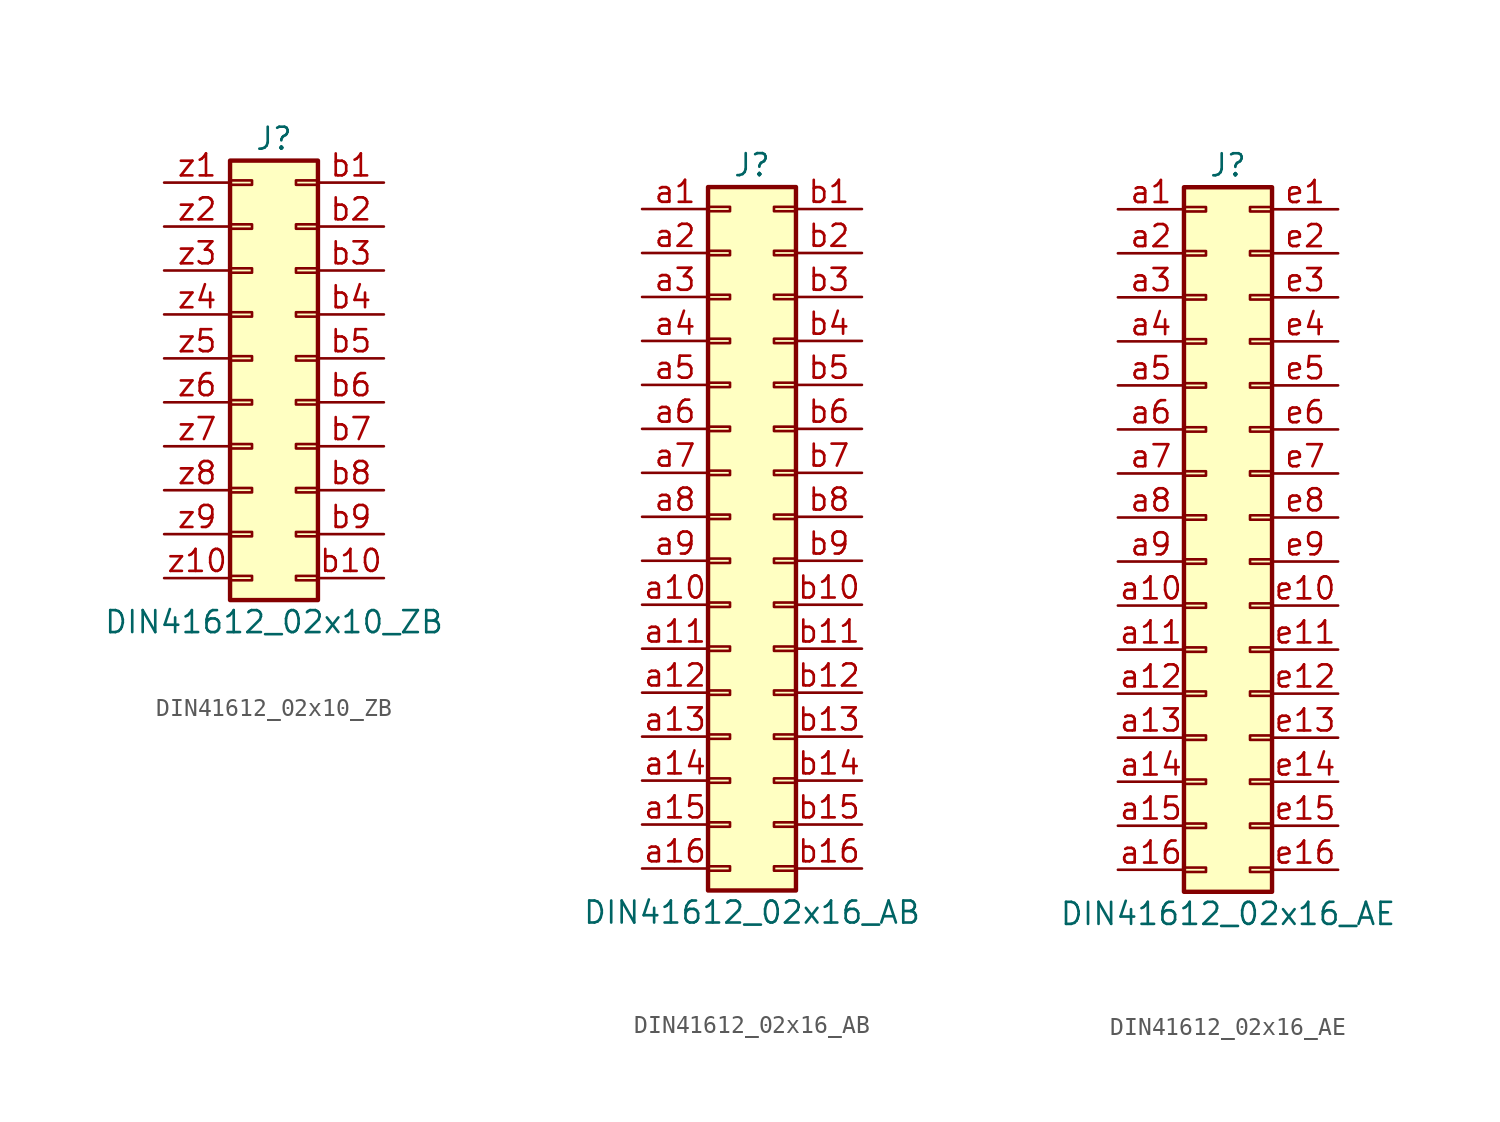
<source format=kicad_sym>
(kicad_symbol_lib
  (version 20220914)
  (generator kicad_symbol_editor)
  (symbol "DIN41612_02x10_ZB"
    (pin_names
      (offset 1.016) hide)
    (property "Reference" "J"
      (at 1.27 12.7 0)
      (effects (font (size 1.27 1.27))))
    (property "Value" "DIN41612_02x10_ZB"
      (at 1.27 -15.24 0)
      (effects (font (size 1.27 1.27))))
    (symbol "DIN41612_02x10_ZB_1_1"
      (rectangle (start -1.27 -12.573) (end 0 -12.827) (stroke (width 0.152) (type default)) (fill (type none)))
      (rectangle (start -1.27 -10.033) (end 0 -10.287) (stroke (width 0.152) (type default)) (fill (type none)))
      (rectangle (start -1.27 -7.493) (end 0 -7.747) (stroke (width 0.152) (type default)) (fill (type none)))
      (rectangle (start -1.27 -4.953) (end 0 -5.207) (stroke (width 0.152) (type default)) (fill (type none)))
      (rectangle (start -1.27 -2.413) (end 0 -2.667) (stroke (width 0.152) (type default)) (fill (type none)))
      (rectangle (start -1.27 0.127) (end 0 -0.127) (stroke (width 0.152) (type default)) (fill (type none)))
      (rectangle (start -1.27 2.667) (end 0 2.413) (stroke (width 0.152) (type default)) (fill (type none)))
      (rectangle (start -1.27 5.207) (end 0 4.953) (stroke (width 0.152) (type default)) (fill (type none)))
      (rectangle (start -1.27 7.747) (end 0 7.493) (stroke (width 0.152) (type default)) (fill (type none)))
      (rectangle (start -1.27 10.287) (end 0 10.033) (stroke (width 0.152) (type default)) (fill (type none)))
      (rectangle (start -1.27 11.43) (end 3.81 -13.97) (stroke (width 0.254) (type default)) (fill (type background)))
      (rectangle (start 3.81 -12.573) (end 2.54 -12.827) (stroke (width 0.152) (type default)) (fill (type none)))
      (rectangle (start 3.81 -10.033) (end 2.54 -10.287) (stroke (width 0.152) (type default)) (fill (type none)))
      (rectangle (start 3.81 -7.493) (end 2.54 -7.747) (stroke (width 0.152) (type default)) (fill (type none)))
      (rectangle (start 3.81 -4.953) (end 2.54 -5.207) (stroke (width 0.152) (type default)) (fill (type none)))
      (rectangle (start 3.81 -2.413) (end 2.54 -2.667) (stroke (width 0.152) (type default)) (fill (type none)))
      (rectangle (start 3.81 0.127) (end 2.54 -0.127) (stroke (width 0.152) (type default)) (fill (type none)))
      (rectangle (start 3.81 2.667) (end 2.54 2.413) (stroke (width 0.152) (type default)) (fill (type none)))
      (rectangle (start 3.81 5.207) (end 2.54 4.953) (stroke (width 0.152) (type default)) (fill (type none)))
      (rectangle (start 3.81 7.747) (end 2.54 7.493) (stroke (width 0.152) (type default)) (fill (type none)))
      (rectangle (start 3.81 10.287) (end 2.54 10.033) (stroke (width 0.152) (type default)) (fill (type none)))
      (pin passive line (at 7.62 10.16 180) (length 3.81) (name "Pin_b1" (effects (font (size 1.27 1.27)))) (number "b1" (effects (font (size 1.27 1.27)))))
      (pin passive line (at 7.62 -12.7 180) (length 3.81) (name "Pin_b10" (effects (font (size 1.27 1.27)))) (number "b10" (effects (font (size 1.27 1.27)))))
      (pin passive line (at 7.62 7.62 180) (length 3.81) (name "Pin_b2" (effects (font (size 1.27 1.27)))) (number "b2" (effects (font (size 1.27 1.27)))))
      (pin passive line (at 7.62 5.08 180) (length 3.81) (name "Pin_b3" (effects (font (size 1.27 1.27)))) (number "b3" (effects (font (size 1.27 1.27)))))
      (pin passive line (at 7.62 2.54 180) (length 3.81) (name "Pin_b4" (effects (font (size 1.27 1.27)))) (number "b4" (effects (font (size 1.27 1.27)))))
      (pin passive line (at 7.62 0 180) (length 3.81) (name "Pin_b5" (effects (font (size 1.27 1.27)))) (number "b5" (effects (font (size 1.27 1.27)))))
      (pin passive line (at 7.62 -2.54 180) (length 3.81) (name "Pin_b6" (effects (font (size 1.27 1.27)))) (number "b6" (effects (font (size 1.27 1.27)))))
      (pin passive line (at 7.62 -5.08 180) (length 3.81) (name "Pin_b7" (effects (font (size 1.27 1.27)))) (number "b7" (effects (font (size 1.27 1.27)))))
      (pin passive line (at 7.62 -7.62 180) (length 3.81) (name "Pin_b8" (effects (font (size 1.27 1.27)))) (number "b8" (effects (font (size 1.27 1.27)))))
      (pin passive line (at 7.62 -10.16 180) (length 3.81) (name "Pin_b9" (effects (font (size 1.27 1.27)))) (number "b9" (effects (font (size 1.27 1.27)))))
      (pin passive line (at -5.08 10.16 0) (length 3.81) (name "Pin_z1" (effects (font (size 1.27 1.27)))) (number "z1" (effects (font (size 1.27 1.27)))))
      (pin passive line (at -5.08 -12.7 0) (length 3.81) (name "Pin_z10" (effects (font (size 1.27 1.27)))) (number "z10" (effects (font (size 1.27 1.27)))))
      (pin passive line (at -5.08 7.62 0) (length 3.81) (name "Pin_z2" (effects (font (size 1.27 1.27)))) (number "z2" (effects (font (size 1.27 1.27)))))
      (pin passive line (at -5.08 5.08 0) (length 3.81) (name "Pin_z3" (effects (font (size 1.27 1.27)))) (number "z3" (effects (font (size 1.27 1.27)))))
      (pin passive line (at -5.08 2.54 0) (length 3.81) (name "Pin_z4" (effects (font (size 1.27 1.27)))) (number "z4" (effects (font (size 1.27 1.27)))))
      (pin passive line (at -5.08 0 0) (length 3.81) (name "Pin_z5" (effects (font (size 1.27 1.27)))) (number "z5" (effects (font (size 1.27 1.27)))))
      (pin passive line (at -5.08 -2.54 0) (length 3.81) (name "Pin_z6" (effects (font (size 1.27 1.27)))) (number "z6" (effects (font (size 1.27 1.27)))))
      (pin passive line (at -5.08 -5.08 0) (length 3.81) (name "Pin_z7" (effects (font (size 1.27 1.27)))) (number "z7" (effects (font (size 1.27 1.27)))))
      (pin passive line (at -5.08 -7.62 0) (length 3.81) (name "Pin_z8" (effects (font (size 1.27 1.27)))) (number "z8" (effects (font (size 1.27 1.27)))))
      (pin passive line (at -5.08 -10.16 0) (length 3.81) (name "Pin_z9" (effects (font (size 1.27 1.27)))) (number "z9" (effects (font (size 1.27 1.27)))))))
  (symbol "DIN41612_02x16_AB"
    (pin_names
      (offset 1.016) hide)
    (property "Reference" "J"
      (at 1.27 20.32 0)
      (effects (font (size 1.27 1.27))))
    (property "Value" "DIN41612_02x16_AB"
      (at 1.27 -22.86 0)
      (effects (font (size 1.27 1.27))))
    (symbol "DIN41612_02x16_AB_1_1"
      (rectangle (start -1.27 -20.193) (end 0 -20.447) (stroke (width 0.152) (type default)) (fill (type none)))
      (rectangle (start -1.27 -17.653) (end 0 -17.907) (stroke (width 0.152) (type default)) (fill (type none)))
      (rectangle (start -1.27 -15.113) (end 0 -15.367) (stroke (width 0.152) (type default)) (fill (type none)))
      (rectangle (start -1.27 -12.573) (end 0 -12.827) (stroke (width 0.152) (type default)) (fill (type none)))
      (rectangle (start -1.27 -10.033) (end 0 -10.287) (stroke (width 0.152) (type default)) (fill (type none)))
      (rectangle (start -1.27 -7.493) (end 0 -7.747) (stroke (width 0.152) (type default)) (fill (type none)))
      (rectangle (start -1.27 -4.953) (end 0 -5.207) (stroke (width 0.152) (type default)) (fill (type none)))
      (rectangle (start -1.27 -2.413) (end 0 -2.667) (stroke (width 0.152) (type default)) (fill (type none)))
      (rectangle (start -1.27 0.127) (end 0 -0.127) (stroke (width 0.152) (type default)) (fill (type none)))
      (rectangle (start -1.27 2.667) (end 0 2.413) (stroke (width 0.152) (type default)) (fill (type none)))
      (rectangle (start -1.27 5.207) (end 0 4.953) (stroke (width 0.152) (type default)) (fill (type none)))
      (rectangle (start -1.27 7.747) (end 0 7.493) (stroke (width 0.152) (type default)) (fill (type none)))
      (rectangle (start -1.27 10.287) (end 0 10.033) (stroke (width 0.152) (type default)) (fill (type none)))
      (rectangle (start -1.27 12.827) (end 0 12.573) (stroke (width 0.152) (type default)) (fill (type none)))
      (rectangle (start -1.27 15.367) (end 0 15.113) (stroke (width 0.152) (type default)) (fill (type none)))
      (rectangle (start -1.27 17.907) (end 0 17.653) (stroke (width 0.152) (type default)) (fill (type none)))
      (rectangle (start -1.27 19.05) (end 3.81 -21.59) (stroke (width 0.254) (type default)) (fill (type background)))
      (rectangle (start 3.81 -20.193) (end 2.54 -20.447) (stroke (width 0.152) (type default)) (fill (type none)))
      (rectangle (start 3.81 -17.653) (end 2.54 -17.907) (stroke (width 0.152) (type default)) (fill (type none)))
      (rectangle (start 3.81 -15.113) (end 2.54 -15.367) (stroke (width 0.152) (type default)) (fill (type none)))
      (rectangle (start 3.81 -12.573) (end 2.54 -12.827) (stroke (width 0.152) (type default)) (fill (type none)))
      (rectangle (start 3.81 -10.033) (end 2.54 -10.287) (stroke (width 0.152) (type default)) (fill (type none)))
      (rectangle (start 3.81 -7.493) (end 2.54 -7.747) (stroke (width 0.152) (type default)) (fill (type none)))
      (rectangle (start 3.81 -4.953) (end 2.54 -5.207) (stroke (width 0.152) (type default)) (fill (type none)))
      (rectangle (start 3.81 -2.413) (end 2.54 -2.667) (stroke (width 0.152) (type default)) (fill (type none)))
      (rectangle (start 3.81 0.127) (end 2.54 -0.127) (stroke (width 0.152) (type default)) (fill (type none)))
      (rectangle (start 3.81 2.667) (end 2.54 2.413) (stroke (width 0.152) (type default)) (fill (type none)))
      (rectangle (start 3.81 5.207) (end 2.54 4.953) (stroke (width 0.152) (type default)) (fill (type none)))
      (rectangle (start 3.81 7.747) (end 2.54 7.493) (stroke (width 0.152) (type default)) (fill (type none)))
      (rectangle (start 3.81 10.287) (end 2.54 10.033) (stroke (width 0.152) (type default)) (fill (type none)))
      (rectangle (start 3.81 12.827) (end 2.54 12.573) (stroke (width 0.152) (type default)) (fill (type none)))
      (rectangle (start 3.81 15.367) (end 2.54 15.113) (stroke (width 0.152) (type default)) (fill (type none)))
      (rectangle (start 3.81 17.907) (end 2.54 17.653) (stroke (width 0.152) (type default)) (fill (type none)))
      (pin passive line (at -5.08 17.78 0) (length 3.81) (name "Pin_a1" (effects (font (size 1.27 1.27)))) (number "a1" (effects (font (size 1.27 1.27)))))
      (pin passive line (at -5.08 -5.08 0) (length 3.81) (name "Pin_a10" (effects (font (size 1.27 1.27)))) (number "a10" (effects (font (size 1.27 1.27)))))
      (pin passive line (at -5.08 -7.62 0) (length 3.81) (name "Pin_a11" (effects (font (size 1.27 1.27)))) (number "a11" (effects (font (size 1.27 1.27)))))
      (pin passive line (at -5.08 -10.16 0) (length 3.81) (name "Pin_a12" (effects (font (size 1.27 1.27)))) (number "a12" (effects (font (size 1.27 1.27)))))
      (pin passive line (at -5.08 -12.7 0) (length 3.81) (name "Pin_a13" (effects (font (size 1.27 1.27)))) (number "a13" (effects (font (size 1.27 1.27)))))
      (pin passive line (at -5.08 -15.24 0) (length 3.81) (name "Pin_a14" (effects (font (size 1.27 1.27)))) (number "a14" (effects (font (size 1.27 1.27)))))
      (pin passive line (at -5.08 -17.78 0) (length 3.81) (name "Pin_a15" (effects (font (size 1.27 1.27)))) (number "a15" (effects (font (size 1.27 1.27)))))
      (pin passive line (at -5.08 -20.32 0) (length 3.81) (name "Pin_a16" (effects (font (size 1.27 1.27)))) (number "a16" (effects (font (size 1.27 1.27)))))
      (pin passive line (at -5.08 15.24 0) (length 3.81) (name "Pin_a2" (effects (font (size 1.27 1.27)))) (number "a2" (effects (font (size 1.27 1.27)))))
      (pin passive line (at -5.08 12.7 0) (length 3.81) (name "Pin_a3" (effects (font (size 1.27 1.27)))) (number "a3" (effects (font (size 1.27 1.27)))))
      (pin passive line (at -5.08 10.16 0) (length 3.81) (name "Pin_a4" (effects (font (size 1.27 1.27)))) (number "a4" (effects (font (size 1.27 1.27)))))
      (pin passive line (at -5.08 7.62 0) (length 3.81) (name "Pin_a5" (effects (font (size 1.27 1.27)))) (number "a5" (effects (font (size 1.27 1.27)))))
      (pin passive line (at -5.08 5.08 0) (length 3.81) (name "Pin_a6" (effects (font (size 1.27 1.27)))) (number "a6" (effects (font (size 1.27 1.27)))))
      (pin passive line (at -5.08 2.54 0) (length 3.81) (name "Pin_a7" (effects (font (size 1.27 1.27)))) (number "a7" (effects (font (size 1.27 1.27)))))
      (pin passive line (at -5.08 0 0) (length 3.81) (name "Pin_a8" (effects (font (size 1.27 1.27)))) (number "a8" (effects (font (size 1.27 1.27)))))
      (pin passive line (at -5.08 -2.54 0) (length 3.81) (name "Pin_a9" (effects (font (size 1.27 1.27)))) (number "a9" (effects (font (size 1.27 1.27)))))
      (pin passive line (at 7.62 17.78 180) (length 3.81) (name "Pin_b1" (effects (font (size 1.27 1.27)))) (number "b1" (effects (font (size 1.27 1.27)))))
      (pin passive line (at 7.62 -5.08 180) (length 3.81) (name "Pin_b10" (effects (font (size 1.27 1.27)))) (number "b10" (effects (font (size 1.27 1.27)))))
      (pin passive line (at 7.62 -7.62 180) (length 3.81) (name "Pin_b11" (effects (font (size 1.27 1.27)))) (number "b11" (effects (font (size 1.27 1.27)))))
      (pin passive line (at 7.62 -10.16 180) (length 3.81) (name "Pin_b12" (effects (font (size 1.27 1.27)))) (number "b12" (effects (font (size 1.27 1.27)))))
      (pin passive line (at 7.62 -12.7 180) (length 3.81) (name "Pin_b13" (effects (font (size 1.27 1.27)))) (number "b13" (effects (font (size 1.27 1.27)))))
      (pin passive line (at 7.62 -15.24 180) (length 3.81) (name "Pin_b14" (effects (font (size 1.27 1.27)))) (number "b14" (effects (font (size 1.27 1.27)))))
      (pin passive line (at 7.62 -17.78 180) (length 3.81) (name "Pin_b15" (effects (font (size 1.27 1.27)))) (number "b15" (effects (font (size 1.27 1.27)))))
      (pin passive line (at 7.62 -20.32 180) (length 3.81) (name "Pin_b16" (effects (font (size 1.27 1.27)))) (number "b16" (effects (font (size 1.27 1.27)))))
      (pin passive line (at 7.62 15.24 180) (length 3.81) (name "Pin_b2" (effects (font (size 1.27 1.27)))) (number "b2" (effects (font (size 1.27 1.27)))))
      (pin passive line (at 7.62 12.7 180) (length 3.81) (name "Pin_b3" (effects (font (size 1.27 1.27)))) (number "b3" (effects (font (size 1.27 1.27)))))
      (pin passive line (at 7.62 10.16 180) (length 3.81) (name "Pin_b4" (effects (font (size 1.27 1.27)))) (number "b4" (effects (font (size 1.27 1.27)))))
      (pin passive line (at 7.62 7.62 180) (length 3.81) (name "Pin_b5" (effects (font (size 1.27 1.27)))) (number "b5" (effects (font (size 1.27 1.27)))))
      (pin passive line (at 7.62 5.08 180) (length 3.81) (name "Pin_b6" (effects (font (size 1.27 1.27)))) (number "b6" (effects (font (size 1.27 1.27)))))
      (pin passive line (at 7.62 2.54 180) (length 3.81) (name "Pin_b7" (effects (font (size 1.27 1.27)))) (number "b7" (effects (font (size 1.27 1.27)))))
      (pin passive line (at 7.62 0 180) (length 3.81) (name "Pin_b8" (effects (font (size 1.27 1.27)))) (number "b8" (effects (font (size 1.27 1.27)))))
      (pin passive line (at 7.62 -2.54 180) (length 3.81) (name "Pin_b9" (effects (font (size 1.27 1.27)))) (number "b9" (effects (font (size 1.27 1.27)))))))
  (symbol "DIN41612_02x16_AE"
    (pin_names
      (offset 1.016) hide)
    (property "Reference" "J"
      (at 1.27 20.32 0)
      (effects (font (size 1.27 1.27))))
    (property "Value" "DIN41612_02x16_AE"
      (at 1.27 -22.86 0)
      (effects (font (size 1.27 1.27))))
    (symbol "DIN41612_02x16_AE_1_1"
      (rectangle (start -1.27 -20.193) (end 0 -20.447) (stroke (width 0.152) (type default)) (fill (type none)))
      (rectangle (start -1.27 -17.653) (end 0 -17.907) (stroke (width 0.152) (type default)) (fill (type none)))
      (rectangle (start -1.27 -15.113) (end 0 -15.367) (stroke (width 0.152) (type default)) (fill (type none)))
      (rectangle (start -1.27 -12.573) (end 0 -12.827) (stroke (width 0.152) (type default)) (fill (type none)))
      (rectangle (start -1.27 -10.033) (end 0 -10.287) (stroke (width 0.152) (type default)) (fill (type none)))
      (rectangle (start -1.27 -7.493) (end 0 -7.747) (stroke (width 0.152) (type default)) (fill (type none)))
      (rectangle (start -1.27 -4.953) (end 0 -5.207) (stroke (width 0.152) (type default)) (fill (type none)))
      (rectangle (start -1.27 -2.413) (end 0 -2.667) (stroke (width 0.152) (type default)) (fill (type none)))
      (rectangle (start -1.27 0.127) (end 0 -0.127) (stroke (width 0.152) (type default)) (fill (type none)))
      (rectangle (start -1.27 2.667) (end 0 2.413) (stroke (width 0.152) (type default)) (fill (type none)))
      (rectangle (start -1.27 5.207) (end 0 4.953) (stroke (width 0.152) (type default)) (fill (type none)))
      (rectangle (start -1.27 7.747) (end 0 7.493) (stroke (width 0.152) (type default)) (fill (type none)))
      (rectangle (start -1.27 10.287) (end 0 10.033) (stroke (width 0.152) (type default)) (fill (type none)))
      (rectangle (start -1.27 12.827) (end 0 12.573) (stroke (width 0.152) (type default)) (fill (type none)))
      (rectangle (start -1.27 15.367) (end 0 15.113) (stroke (width 0.152) (type default)) (fill (type none)))
      (rectangle (start -1.27 17.907) (end 0 17.653) (stroke (width 0.152) (type default)) (fill (type none)))
      (rectangle (start -1.27 19.05) (end 3.81 -21.59) (stroke (width 0.254) (type default)) (fill (type background)))
      (rectangle (start 3.81 -20.193) (end 2.54 -20.447) (stroke (width 0.152) (type default)) (fill (type none)))
      (rectangle (start 3.81 -17.653) (end 2.54 -17.907) (stroke (width 0.152) (type default)) (fill (type none)))
      (rectangle (start 3.81 -15.113) (end 2.54 -15.367) (stroke (width 0.152) (type default)) (fill (type none)))
      (rectangle (start 3.81 -12.573) (end 2.54 -12.827) (stroke (width 0.152) (type default)) (fill (type none)))
      (rectangle (start 3.81 -10.033) (end 2.54 -10.287) (stroke (width 0.152) (type default)) (fill (type none)))
      (rectangle (start 3.81 -7.493) (end 2.54 -7.747) (stroke (width 0.152) (type default)) (fill (type none)))
      (rectangle (start 3.81 -4.953) (end 2.54 -5.207) (stroke (width 0.152) (type default)) (fill (type none)))
      (rectangle (start 3.81 -2.413) (end 2.54 -2.667) (stroke (width 0.152) (type default)) (fill (type none)))
      (rectangle (start 3.81 0.127) (end 2.54 -0.127) (stroke (width 0.152) (type default)) (fill (type none)))
      (rectangle (start 3.81 2.667) (end 2.54 2.413) (stroke (width 0.152) (type default)) (fill (type none)))
      (rectangle (start 3.81 5.207) (end 2.54 4.953) (stroke (width 0.152) (type default)) (fill (type none)))
      (rectangle (start 3.81 7.747) (end 2.54 7.493) (stroke (width 0.152) (type default)) (fill (type none)))
      (rectangle (start 3.81 10.287) (end 2.54 10.033) (stroke (width 0.152) (type default)) (fill (type none)))
      (rectangle (start 3.81 12.827) (end 2.54 12.573) (stroke (width 0.152) (type default)) (fill (type none)))
      (rectangle (start 3.81 15.367) (end 2.54 15.113) (stroke (width 0.152) (type default)) (fill (type none)))
      (rectangle (start 3.81 17.907) (end 2.54 17.653) (stroke (width 0.152) (type default)) (fill (type none)))
      (pin passive line (at -5.08 17.78 0) (length 3.81) (name "Pin_a1" (effects (font (size 1.27 1.27)))) (number "a1" (effects (font (size 1.27 1.27)))))
      (pin passive line (at -5.08 -5.08 0) (length 3.81) (name "Pin_a10" (effects (font (size 1.27 1.27)))) (number "a10" (effects (font (size 1.27 1.27)))))
      (pin passive line (at -5.08 -7.62 0) (length 3.81) (name "Pin_a11" (effects (font (size 1.27 1.27)))) (number "a11" (effects (font (size 1.27 1.27)))))
      (pin passive line (at -5.08 -10.16 0) (length 3.81) (name "Pin_a12" (effects (font (size 1.27 1.27)))) (number "a12" (effects (font (size 1.27 1.27)))))
      (pin passive line (at -5.08 -12.7 0) (length 3.81) (name "Pin_a13" (effects (font (size 1.27 1.27)))) (number "a13" (effects (font (size 1.27 1.27)))))
      (pin passive line (at -5.08 -15.24 0) (length 3.81) (name "Pin_a14" (effects (font (size 1.27 1.27)))) (number "a14" (effects (font (size 1.27 1.27)))))
      (pin passive line (at -5.08 -17.78 0) (length 3.81) (name "Pin_a15" (effects (font (size 1.27 1.27)))) (number "a15" (effects (font (size 1.27 1.27)))))
      (pin passive line (at -5.08 -20.32 0) (length 3.81) (name "Pin_a16" (effects (font (size 1.27 1.27)))) (number "a16" (effects (font (size 1.27 1.27)))))
      (pin passive line (at -5.08 15.24 0) (length 3.81) (name "Pin_a2" (effects (font (size 1.27 1.27)))) (number "a2" (effects (font (size 1.27 1.27)))))
      (pin passive line (at -5.08 12.7 0) (length 3.81) (name "Pin_a3" (effects (font (size 1.27 1.27)))) (number "a3" (effects (font (size 1.27 1.27)))))
      (pin passive line (at -5.08 10.16 0) (length 3.81) (name "Pin_a4" (effects (font (size 1.27 1.27)))) (number "a4" (effects (font (size 1.27 1.27)))))
      (pin passive line (at -5.08 7.62 0) (length 3.81) (name "Pin_a5" (effects (font (size 1.27 1.27)))) (number "a5" (effects (font (size 1.27 1.27)))))
      (pin passive line (at -5.08 5.08 0) (length 3.81) (name "Pin_a6" (effects (font (size 1.27 1.27)))) (number "a6" (effects (font (size 1.27 1.27)))))
      (pin passive line (at -5.08 2.54 0) (length 3.81) (name "Pin_a7" (effects (font (size 1.27 1.27)))) (number "a7" (effects (font (size 1.27 1.27)))))
      (pin passive line (at -5.08 0 0) (length 3.81) (name "Pin_a8" (effects (font (size 1.27 1.27)))) (number "a8" (effects (font (size 1.27 1.27)))))
      (pin passive line (at -5.08 -2.54 0) (length 3.81) (name "Pin_a9" (effects (font (size 1.27 1.27)))) (number "a9" (effects (font (size 1.27 1.27)))))
      (pin passive line (at 7.62 17.78 180) (length 3.81) (name "Pin_e1" (effects (font (size 1.27 1.27)))) (number "e1" (effects (font (size 1.27 1.27)))))
      (pin passive line (at 7.62 -5.08 180) (length 3.81) (name "Pin_e10" (effects (font (size 1.27 1.27)))) (number "e10" (effects (font (size 1.27 1.27)))))
      (pin passive line (at 7.62 -7.62 180) (length 3.81) (name "Pin_e11" (effects (font (size 1.27 1.27)))) (number "e11" (effects (font (size 1.27 1.27)))))
      (pin passive line (at 7.62 -10.16 180) (length 3.81) (name "Pin_e12" (effects (font (size 1.27 1.27)))) (number "e12" (effects (font (size 1.27 1.27)))))
      (pin passive line (at 7.62 -12.7 180) (length 3.81) (name "Pin_e13" (effects (font (size 1.27 1.27)))) (number "e13" (effects (font (size 1.27 1.27)))))
      (pin passive line (at 7.62 -15.24 180) (length 3.81) (name "Pin_e14" (effects (font (size 1.27 1.27)))) (number "e14" (effects (font (size 1.27 1.27)))))
      (pin passive line (at 7.62 -17.78 180) (length 3.81) (name "Pin_e15" (effects (font (size 1.27 1.27)))) (number "e15" (effects (font (size 1.27 1.27)))))
      (pin passive line (at 7.62 -20.32 180) (length 3.81) (name "Pin_e16" (effects (font (size 1.27 1.27)))) (number "e16" (effects (font (size 1.27 1.27)))))
      (pin passive line (at 7.62 15.24 180) (length 3.81) (name "Pin_e2" (effects (font (size 1.27 1.27)))) (number "e2" (effects (font (size 1.27 1.27)))))
      (pin passive line (at 7.62 12.7 180) (length 3.81) (name "Pin_e3" (effects (font (size 1.27 1.27)))) (number "e3" (effects (font (size 1.27 1.27)))))
      (pin passive line (at 7.62 10.16 180) (length 3.81) (name "Pin_e4" (effects (font (size 1.27 1.27)))) (number "e4" (effects (font (size 1.27 1.27)))))
      (pin passive line (at 7.62 7.62 180) (length 3.81) (name "Pin_e5" (effects (font (size 1.27 1.27)))) (number "e5" (effects (font (size 1.27 1.27)))))
      (pin passive line (at 7.62 5.08 180) (length 3.81) (name "Pin_e6" (effects (font (size 1.27 1.27)))) (number "e6" (effects (font (size 1.27 1.27)))))
      (pin passive line (at 7.62 2.54 180) (length 3.81) (name "Pin_e7" (effects (font (size 1.27 1.27)))) (number "e7" (effects (font (size 1.27 1.27)))))
      (pin passive line (at 7.62 0 180) (length 3.81) (name "Pin_e8" (effects (font (size 1.27 1.27)))) (number "e8" (effects (font (size 1.27 1.27)))))
      (pin passive line (at 7.62 -2.54 180) (length 3.81) (name "Pin_e9" (effects (font (size 1.27 1.27)))) (number "e9" (effects (font (size 1.27 1.27))))))))
</source>
